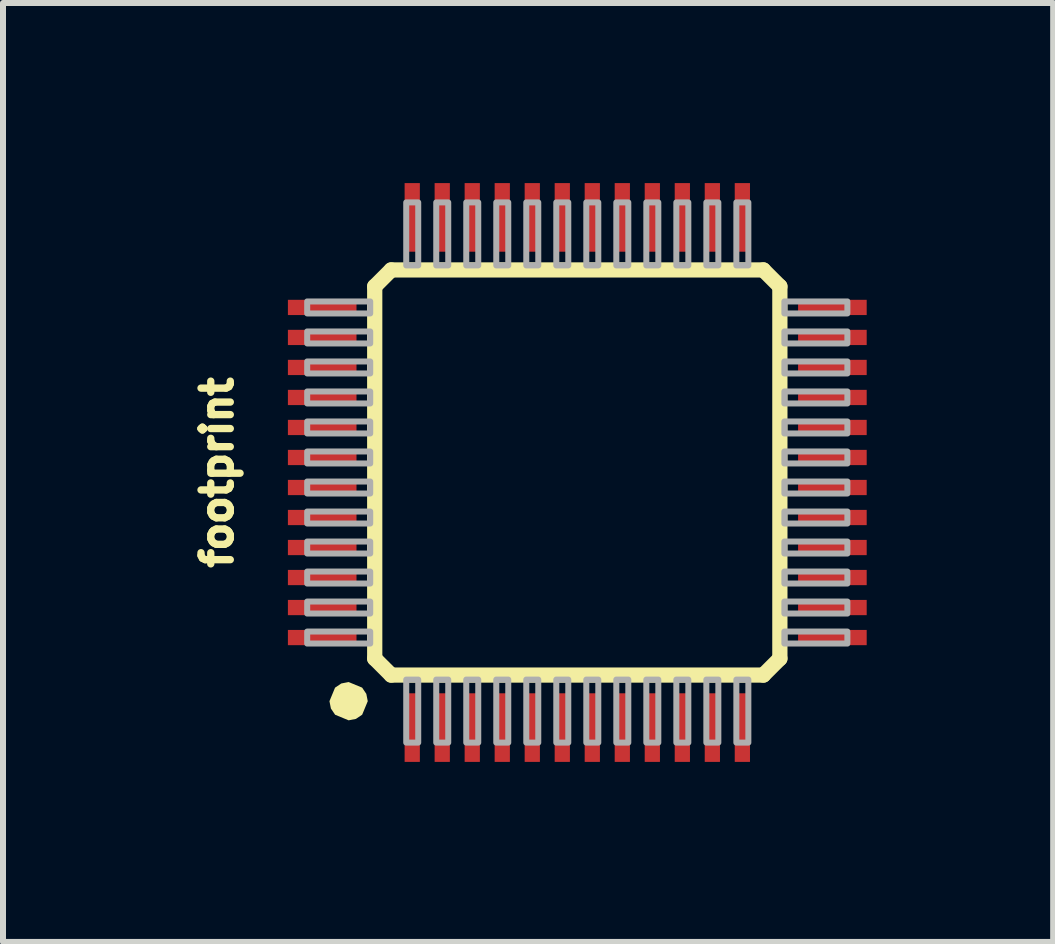
<source format=kicad_pcb>
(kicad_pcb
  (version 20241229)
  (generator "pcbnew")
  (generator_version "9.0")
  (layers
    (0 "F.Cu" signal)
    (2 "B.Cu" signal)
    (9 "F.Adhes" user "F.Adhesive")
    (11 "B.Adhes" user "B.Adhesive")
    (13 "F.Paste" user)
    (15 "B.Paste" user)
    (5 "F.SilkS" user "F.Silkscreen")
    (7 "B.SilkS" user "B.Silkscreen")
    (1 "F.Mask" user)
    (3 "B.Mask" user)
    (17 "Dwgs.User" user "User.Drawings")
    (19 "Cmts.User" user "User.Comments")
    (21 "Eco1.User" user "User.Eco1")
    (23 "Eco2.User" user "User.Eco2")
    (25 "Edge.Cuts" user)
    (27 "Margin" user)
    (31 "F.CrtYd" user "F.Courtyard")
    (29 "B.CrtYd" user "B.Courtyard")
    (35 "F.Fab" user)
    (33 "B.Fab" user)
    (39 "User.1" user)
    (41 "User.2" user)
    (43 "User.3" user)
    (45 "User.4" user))
  (footprint "footprint"
    (layer "F.Cu")
    (at 6.568 4.822)
    (property "Reference" "footprint" (at -5.715 0 90) (layer "F.SilkS") (effects (font (size 0.488 0.488) (thickness 0.122)) (justify bottom)))
    (fp_line (start -3.375 -3.1) (end -3.1 -3.375) (stroke (width 0.254) (type solid)) (layer "F.SilkS"))
    (fp_line (start -3.375 3.1) (end -3.375 -3.1) (stroke (width 0.254) (type solid)) (layer "F.SilkS"))
    (fp_line (start -3.1 -3.375) (end 3.1 -3.375) (stroke (width 0.254) (type solid)) (layer "F.SilkS"))
    (fp_line (start -3.1 3.375) (end -3.375 3.1) (stroke (width 0.254) (type solid)) (layer "F.SilkS"))
    (fp_line (start 3.1 -3.375) (end 3.375 -3.1) (stroke (width 0.254) (type solid)) (layer "F.SilkS"))
    (fp_line (start 3.1 3.375) (end -3.1 3.375) (stroke (width 0.254) (type solid)) (layer "F.SilkS"))
    (fp_line (start 3.375 -3.1) (end 3.375 3.1) (stroke (width 0.254) (type solid)) (layer "F.SilkS"))
    (fp_line (start 3.375 3.1) (end 3.1 3.375) (stroke (width 0.254) (type solid)) (layer "F.SilkS"))
    (fp_poly (pts (xy -3.585 3.584) (xy -3.515 3.688) (xy -3.491 3.81) (xy -3.584 4.035) (xy -3.688 4.105) (xy -3.81 4.129) (xy -4.035 4.036) (xy -4.105 3.932) (xy -4.129 3.81) (xy -4.036 3.585) (xy -3.932 3.515) (xy -3.81 3.491)) (stroke (width 0) (type solid)) (fill yes) (layer "F.SilkS"))
    (fp_poly (pts (xy -4.5 -2.65) (xy -3.45 -2.65) (xy -3.45 -2.85) (xy -4.5 -2.85)) (stroke (width 0.1) (type solid)) (fill no) (layer "F.Fab"))
    (fp_poly (pts (xy -4.5 -2.15) (xy -3.45 -2.15) (xy -3.45 -2.35) (xy -4.5 -2.35)) (stroke (width 0.1) (type solid)) (fill no) (layer "F.Fab"))
    (fp_poly (pts (xy -4.5 -1.65) (xy -3.45 -1.65) (xy -3.45 -1.85) (xy -4.5 -1.85)) (stroke (width 0.1) (type solid)) (fill no) (layer "F.Fab"))
    (fp_poly (pts (xy -4.5 -1.15) (xy -3.45 -1.15) (xy -3.45 -1.35) (xy -4.5 -1.35)) (stroke (width 0.1) (type solid)) (fill no) (layer "F.Fab"))
    (fp_poly (pts (xy -4.5 -0.65) (xy -3.45 -0.65) (xy -3.45 -0.85) (xy -4.5 -0.85)) (stroke (width 0.1) (type solid)) (fill no) (layer "F.Fab"))
    (fp_poly (pts (xy -4.5 -0.15) (xy -3.45 -0.15) (xy -3.45 -0.35) (xy -4.5 -0.35)) (stroke (width 0.1) (type solid)) (fill no) (layer "F.Fab"))
    (fp_poly (pts (xy -4.5 0.35) (xy -3.45 0.35) (xy -3.45 0.15) (xy -4.5 0.15)) (stroke (width 0.1) (type solid)) (fill no) (layer "F.Fab"))
    (fp_poly (pts (xy -4.5 0.85) (xy -3.45 0.85) (xy -3.45 0.65) (xy -4.5 0.65)) (stroke (width 0.1) (type solid)) (fill no) (layer "F.Fab"))
    (fp_poly (pts (xy -4.5 1.35) (xy -3.45 1.35) (xy -3.45 1.15) (xy -4.5 1.15)) (stroke (width 0.1) (type solid)) (fill no) (layer "F.Fab"))
    (fp_poly (pts (xy -4.5 1.85) (xy -3.45 1.85) (xy -3.45 1.65) (xy -4.5 1.65)) (stroke (width 0.1) (type solid)) (fill no) (layer "F.Fab"))
    (fp_poly (pts (xy -4.5 2.35) (xy -3.45 2.35) (xy -3.45 2.15) (xy -4.5 2.15)) (stroke (width 0.1) (type solid)) (fill no) (layer "F.Fab"))
    (fp_poly (pts (xy -4.5 2.85) (xy -3.45 2.85) (xy -3.45 2.65) (xy -4.5 2.65)) (stroke (width 0.1) (type solid)) (fill no) (layer "F.Fab"))
    (fp_poly (pts (xy -2.85 -3.45) (xy -2.65 -3.45) (xy -2.65 -4.5) (xy -2.85 -4.5)) (stroke (width 0.1) (type solid)) (fill no) (layer "F.Fab"))
    (fp_poly (pts (xy -2.85 4.5) (xy -2.65 4.5) (xy -2.65 3.45) (xy -2.85 3.45)) (stroke (width 0.1) (type solid)) (fill no) (layer "F.Fab"))
    (fp_poly (pts (xy -2.35 -3.45) (xy -2.15 -3.45) (xy -2.15 -4.5) (xy -2.35 -4.5)) (stroke (width 0.1) (type solid)) (fill no) (layer "F.Fab"))
    (fp_poly (pts (xy -2.35 4.5) (xy -2.15 4.5) (xy -2.15 3.45) (xy -2.35 3.45)) (stroke (width 0.1) (type solid)) (fill no) (layer "F.Fab"))
    (fp_poly (pts (xy -1.85 -3.45) (xy -1.65 -3.45) (xy -1.65 -4.5) (xy -1.85 -4.5)) (stroke (width 0.1) (type solid)) (fill no) (layer "F.Fab"))
    (fp_poly (pts (xy -1.85 4.5) (xy -1.65 4.5) (xy -1.65 3.45) (xy -1.85 3.45)) (stroke (width 0.1) (type solid)) (fill no) (layer "F.Fab"))
    (fp_poly (pts (xy -1.35 -3.45) (xy -1.15 -3.45) (xy -1.15 -4.5) (xy -1.35 -4.5)) (stroke (width 0.1) (type solid)) (fill no) (layer "F.Fab"))
    (fp_poly (pts (xy -1.35 4.5) (xy -1.15 4.5) (xy -1.15 3.45) (xy -1.35 3.45)) (stroke (width 0.1) (type solid)) (fill no) (layer "F.Fab"))
    (fp_poly (pts (xy -0.85 -3.45) (xy -0.65 -3.45) (xy -0.65 -4.5) (xy -0.85 -4.5)) (stroke (width 0.1) (type solid)) (fill no) (layer "F.Fab"))
    (fp_poly (pts (xy -0.85 4.5) (xy -0.65 4.5) (xy -0.65 3.45) (xy -0.85 3.45)) (stroke (width 0.1) (type solid)) (fill no) (layer "F.Fab"))
    (fp_poly (pts (xy -0.35 -3.45) (xy -0.15 -3.45) (xy -0.15 -4.5) (xy -0.35 -4.5)) (stroke (width 0.1) (type solid)) (fill no) (layer "F.Fab"))
    (fp_poly (pts (xy -0.35 4.5) (xy -0.15 4.5) (xy -0.15 3.45) (xy -0.35 3.45)) (stroke (width 0.1) (type solid)) (fill no) (layer "F.Fab"))
    (fp_poly (pts (xy 0.15 -3.45) (xy 0.35 -3.45) (xy 0.35 -4.5) (xy 0.15 -4.5)) (stroke (width 0.1) (type solid)) (fill no) (layer "F.Fab"))
    (fp_poly (pts (xy 0.15 4.5) (xy 0.35 4.5) (xy 0.35 3.45) (xy 0.15 3.45)) (stroke (width 0.1) (type solid)) (fill no) (layer "F.Fab"))
    (fp_poly (pts (xy 0.65 -3.45) (xy 0.85 -3.45) (xy 0.85 -4.5) (xy 0.65 -4.5)) (stroke (width 0.1) (type solid)) (fill no) (layer "F.Fab"))
    (fp_poly (pts (xy 0.65 4.5) (xy 0.85 4.5) (xy 0.85 3.45) (xy 0.65 3.45)) (stroke (width 0.1) (type solid)) (fill no) (layer "F.Fab"))
    (fp_poly (pts (xy 1.15 -3.45) (xy 1.35 -3.45) (xy 1.35 -4.5) (xy 1.15 -4.5)) (stroke (width 0.1) (type solid)) (fill no) (layer "F.Fab"))
    (fp_poly (pts (xy 1.15 4.5) (xy 1.35 4.5) (xy 1.35 3.45) (xy 1.15 3.45)) (stroke (width 0.1) (type solid)) (fill no) (layer "F.Fab"))
    (fp_poly (pts (xy 1.65 -3.45) (xy 1.85 -3.45) (xy 1.85 -4.5) (xy 1.65 -4.5)) (stroke (width 0.1) (type solid)) (fill no) (layer "F.Fab"))
    (fp_poly (pts (xy 1.65 4.5) (xy 1.85 4.5) (xy 1.85 3.45) (xy 1.65 3.45)) (stroke (width 0.1) (type solid)) (fill no) (layer "F.Fab"))
    (fp_poly (pts (xy 2.15 -3.45) (xy 2.35 -3.45) (xy 2.35 -4.5) (xy 2.15 -4.5)) (stroke (width 0.1) (type solid)) (fill no) (layer "F.Fab"))
    (fp_poly (pts (xy 2.15 4.5) (xy 2.35 4.5) (xy 2.35 3.45) (xy 2.15 3.45)) (stroke (width 0.1) (type solid)) (fill no) (layer "F.Fab"))
    (fp_poly (pts (xy 2.65 -3.45) (xy 2.85 -3.45) (xy 2.85 -4.5) (xy 2.65 -4.5)) (stroke (width 0.1) (type solid)) (fill no) (layer "F.Fab"))
    (fp_poly (pts (xy 2.65 4.5) (xy 2.85 4.5) (xy 2.85 3.45) (xy 2.65 3.45)) (stroke (width 0.1) (type solid)) (fill no) (layer "F.Fab"))
    (fp_poly (pts (xy 3.45 -2.65) (xy 4.5 -2.65) (xy 4.5 -2.85) (xy 3.45 -2.85)) (stroke (width 0.1) (type solid)) (fill no) (layer "F.Fab"))
    (fp_poly (pts (xy 3.45 -2.15) (xy 4.5 -2.15) (xy 4.5 -2.35) (xy 3.45 -2.35)) (stroke (width 0.1) (type solid)) (fill no) (layer "F.Fab"))
    (fp_poly (pts (xy 3.45 -1.65) (xy 4.5 -1.65) (xy 4.5 -1.85) (xy 3.45 -1.85)) (stroke (width 0.1) (type solid)) (fill no) (layer "F.Fab"))
    (fp_poly (pts (xy 3.45 -1.15) (xy 4.5 -1.15) (xy 4.5 -1.35) (xy 3.45 -1.35)) (stroke (width 0.1) (type solid)) (fill no) (layer "F.Fab"))
    (fp_poly (pts (xy 3.45 -0.65) (xy 4.5 -0.65) (xy 4.5 -0.85) (xy 3.45 -0.85)) (stroke (width 0.1) (type solid)) (fill no) (layer "F.Fab"))
    (fp_poly (pts (xy 3.45 -0.15) (xy 4.5 -0.15) (xy 4.5 -0.35) (xy 3.45 -0.35)) (stroke (width 0.1) (type solid)) (fill no) (layer "F.Fab"))
    (fp_poly (pts (xy 3.45 0.35) (xy 4.5 0.35) (xy 4.5 0.15) (xy 3.45 0.15)) (stroke (width 0.1) (type solid)) (fill no) (layer "F.Fab"))
    (fp_poly (pts (xy 3.45 0.85) (xy 4.5 0.85) (xy 4.5 0.65) (xy 3.45 0.65)) (stroke (width 0.1) (type solid)) (fill no) (layer "F.Fab"))
    (fp_poly (pts (xy 3.45 1.35) (xy 4.5 1.35) (xy 4.5 1.15) (xy 3.45 1.15)) (stroke (width 0.1) (type solid)) (fill no) (layer "F.Fab"))
    (fp_poly (pts (xy 3.45 1.85) (xy 4.5 1.85) (xy 4.5 1.65) (xy 3.45 1.65)) (stroke (width 0.1) (type solid)) (fill no) (layer "F.Fab"))
    (fp_poly (pts (xy 3.45 2.35) (xy 4.5 2.35) (xy 4.5 2.15) (xy 3.45 2.15)) (stroke (width 0.1) (type solid)) (fill no) (layer "F.Fab"))
    (fp_poly (pts (xy 3.45 2.85) (xy 4.5 2.85) (xy 4.5 2.65) (xy 3.45 2.65)) (stroke (width 0.1) (type solid)) (fill no) (layer "F.Fab"))
    (pad "1" smd rect (at -2.75 4.25) (size 0.254 1.143) (layers "F.Cu" "F.Mask" "F.Paste"))
    (pad "2" smd rect (at -2.25 4.25) (size 0.254 1.143) (layers "F.Cu" "F.Mask" "F.Paste"))
    (pad "3" smd rect (at -1.75 4.25) (size 0.254 1.143) (layers "F.Cu" "F.Mask" "F.Paste"))
    (pad "4" smd rect (at -1.25 4.25) (size 0.254 1.143) (layers "F.Cu" "F.Mask" "F.Paste"))
    (pad "5" smd rect (at -0.75 4.25) (size 0.254 1.143) (layers "F.Cu" "F.Mask" "F.Paste"))
    (pad "6" smd rect (at -0.25 4.25) (size 0.254 1.143) (layers "F.Cu" "F.Mask" "F.Paste"))
    (pad "7" smd rect (at 0.25 4.25) (size 0.254 1.143) (layers "F.Cu" "F.Mask" "F.Paste"))
    (pad "8" smd rect (at 0.75 4.25) (size 0.254 1.143) (layers "F.Cu" "F.Mask" "F.Paste"))
    (pad "9" smd rect (at 1.25 4.25) (size 0.254 1.143) (layers "F.Cu" "F.Mask" "F.Paste"))
    (pad "10" smd rect (at 1.75 4.25) (size 0.254 1.143) (layers "F.Cu" "F.Mask" "F.Paste"))
    (pad "11" smd rect (at 2.25 4.25) (size 0.254 1.143) (layers "F.Cu" "F.Mask" "F.Paste"))
    (pad "12" smd rect (at 2.75 4.25) (size 0.254 1.143) (layers "F.Cu" "F.Mask" "F.Paste"))
    (pad "13" smd rect (at 4.25 2.75) (size 1.143 0.254) (layers "F.Cu" "F.Mask" "F.Paste"))
    (pad "14" smd rect (at 4.25 2.25) (size 1.143 0.254) (layers "F.Cu" "F.Mask" "F.Paste"))
    (pad "15" smd rect (at 4.25 1.75) (size 1.143 0.254) (layers "F.Cu" "F.Mask" "F.Paste"))
    (pad "16" smd rect (at 4.25 1.25) (size 1.143 0.254) (layers "F.Cu" "F.Mask" "F.Paste"))
    (pad "17" smd rect (at 4.25 0.75) (size 1.143 0.254) (layers "F.Cu" "F.Mask" "F.Paste"))
    (pad "18" smd rect (at 4.25 0.25) (size 1.143 0.254) (layers "F.Cu" "F.Mask" "F.Paste"))
    (pad "19" smd rect (at 4.25 -0.25) (size 1.143 0.254) (layers "F.Cu" "F.Mask" "F.Paste"))
    (pad "20" smd rect (at 4.25 -0.75) (size 1.143 0.254) (layers "F.Cu" "F.Mask" "F.Paste"))
    (pad "21" smd rect (at 4.25 -1.25) (size 1.143 0.254) (layers "F.Cu" "F.Mask" "F.Paste"))
    (pad "22" smd rect (at 4.25 -1.75) (size 1.143 0.254) (layers "F.Cu" "F.Mask" "F.Paste"))
    (pad "23" smd rect (at 4.25 -2.25) (size 1.143 0.254) (layers "F.Cu" "F.Mask" "F.Paste"))
    (pad "24" smd rect (at 4.25 -2.75) (size 1.143 0.254) (layers "F.Cu" "F.Mask" "F.Paste"))
    (pad "25" smd rect (at 2.75 -4.25) (size 0.254 1.143) (layers "F.Cu" "F.Mask" "F.Paste"))
    (pad "26" smd rect (at 2.25 -4.25) (size 0.254 1.143) (layers "F.Cu" "F.Mask" "F.Paste"))
    (pad "27" smd rect (at 1.75 -4.25) (size 0.254 1.143) (layers "F.Cu" "F.Mask" "F.Paste"))
    (pad "28" smd rect (at 1.25 -4.25) (size 0.254 1.143) (layers "F.Cu" "F.Mask" "F.Paste"))
    (pad "29" smd rect (at 0.75 -4.25) (size 0.254 1.143) (layers "F.Cu" "F.Mask" "F.Paste"))
    (pad "30" smd rect (at 0.25 -4.25) (size 0.254 1.143) (layers "F.Cu" "F.Mask" "F.Paste"))
    (pad "31" smd rect (at -0.25 -4.25) (size 0.254 1.143) (layers "F.Cu" "F.Mask" "F.Paste"))
    (pad "32" smd rect (at -0.75 -4.25) (size 0.254 1.143) (layers "F.Cu" "F.Mask" "F.Paste"))
    (pad "33" smd rect (at -1.25 -4.25) (size 0.254 1.143) (layers "F.Cu" "F.Mask" "F.Paste"))
    (pad "34" smd rect (at -1.75 -4.25) (size 0.254 1.143) (layers "F.Cu" "F.Mask" "F.Paste"))
    (pad "35" smd rect (at -2.25 -4.25) (size 0.254 1.143) (layers "F.Cu" "F.Mask" "F.Paste"))
    (pad "36" smd rect (at -2.75 -4.25) (size 0.254 1.143) (layers "F.Cu" "F.Mask" "F.Paste"))
    (pad "37" smd rect (at -4.25 -2.75) (size 1.143 0.254) (layers "F.Cu" "F.Mask" "F.Paste"))
    (pad "38" smd rect (at -4.25 -2.25) (size 1.143 0.254) (layers "F.Cu" "F.Mask" "F.Paste"))
    (pad "39" smd rect (at -4.25 -1.75) (size 1.143 0.254) (layers "F.Cu" "F.Mask" "F.Paste"))
    (pad "40" smd rect (at -4.25 -1.25) (size 1.143 0.254) (layers "F.Cu" "F.Mask" "F.Paste"))
    (pad "41" smd rect (at -4.25 -0.75) (size 1.143 0.254) (layers "F.Cu" "F.Mask" "F.Paste"))
    (pad "42" smd rect (at -4.25 -0.25) (size 1.143 0.254) (layers "F.Cu" "F.Mask" "F.Paste"))
    (pad "43" smd rect (at -4.25 0.25) (size 1.143 0.254) (layers "F.Cu" "F.Mask" "F.Paste"))
    (pad "44" smd rect (at -4.25 0.75) (size 1.143 0.254) (layers "F.Cu" "F.Mask" "F.Paste"))
    (pad "45" smd rect (at -4.25 1.25) (size 1.143 0.254) (layers "F.Cu" "F.Mask" "F.Paste"))
    (pad "46" smd rect (at -4.25 1.75) (size 1.143 0.254) (layers "F.Cu" "F.Mask" "F.Paste"))
    (pad "47" smd rect (at -4.25 2.25) (size 1.143 0.254) (layers "F.Cu" "F.Mask" "F.Paste"))
    (pad "48" smd rect (at -4.25 2.75) (size 1.143 0.254) (layers "F.Cu" "F.Mask" "F.Paste"))
    (zone (net_name "") (layer "F.Cu") (hatch edge 0.508) (connect_pads) (min_thickness 0.254) (filled_areas_thickness no) (keepout (tracks not_allowed) (vias not_allowed) (pads not_allowed) (copperpour not_allowed) (footprints allowed)) (placement (enabled no)) (fill) (polygon (pts (xy 1.641 3.856) (xy 3.012 3.856) (xy 3.012 3.805) (xy 1.641 3.805))))
    (zone (net_name "") (layer "F.Cu") (hatch edge 0.508) (connect_pads) (min_thickness 0.254) (filled_areas_thickness no) (keepout (tracks not_allowed) (vias not_allowed) (pads not_allowed) (copperpour not_allowed) (footprints allowed)) (placement (enabled no)) (fill) (polygon (pts (xy 10.15 3.348) (xy 11.496 3.348) (xy 11.496 3.297) (xy 10.15 3.297))))
    (zone (net_name "") (layer "F.Cu") (hatch edge 0.508) (connect_pads) (min_thickness 0.254) (filled_areas_thickness no) (keepout (tracks not_allowed) (vias not_allowed) (pads not_allowed) (copperpour not_allowed) (footprints allowed)) (placement (enabled no)) (fill) (polygon (pts (xy 10.15 3.856) (xy 11.496 3.856) (xy 11.496 3.805) (xy 10.15 3.805)))))
  (gr_rect
    (start -3 -3)
    (end 14.496 12.643)
    (stroke (width 0.1) (type default))
    (fill no)
    (layer "Edge.Cuts")))
</source>
